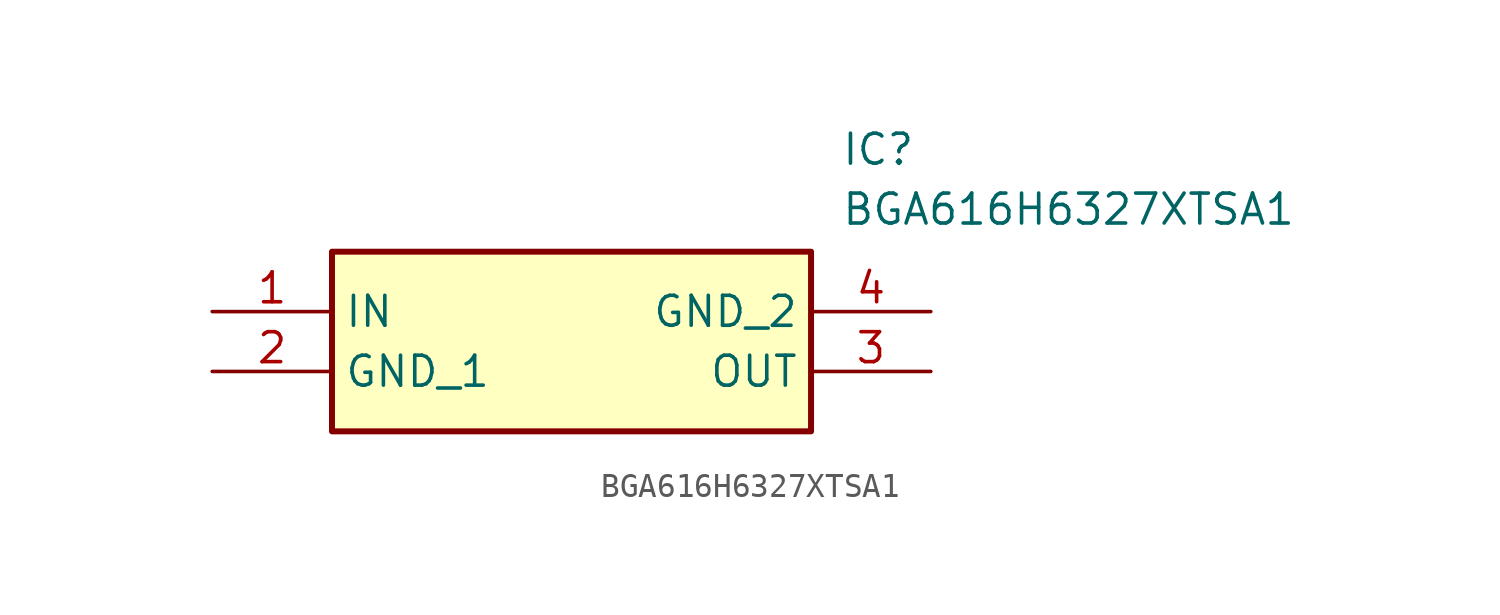
<source format=kicad_sym>
(kicad_symbol_lib
  (version 20231120)
  (generator "kicad_symbol_editor")
  (generator_version "8.0")
  (symbol "BGA616H6327XTSA1"
    (property "Reference" "IC"
      (at 26.67 7.62 0)
      (effects (font (size 1.27 1.27)) (justify left top)))
    (property "Value" "BGA616H6327XTSA1"
      (at 26.67 5.08 0)
      (effects (font (size 1.27 1.27)) (justify left top)))
    (symbol "BGA616H6327XTSA1_1_1"
      (rectangle (start 5.08 2.54) (end 25.4 -5.08) (stroke (width 0.254) (type default)) (fill (type background)))
      (pin passive line (at 0 0 0) (length 5.08) (name "IN" (effects (font (size 1.27 1.27)))) (number "1" (effects (font (size 1.27 1.27)))))
      (pin passive line (at 0 -2.54 0) (length 5.08) (name "GND_1" (effects (font (size 1.27 1.27)))) (number "2" (effects (font (size 1.27 1.27)))))
      (pin passive line (at 30.48 -2.54 180) (length 5.08) (name "OUT" (effects (font (size 1.27 1.27)))) (number "3" (effects (font (size 1.27 1.27)))))
      (pin passive line (at 30.48 0 180) (length 5.08) (name "GND_2" (effects (font (size 1.27 1.27)))) (number "4" (effects (font (size 1.27 1.27))))))))
</source>
